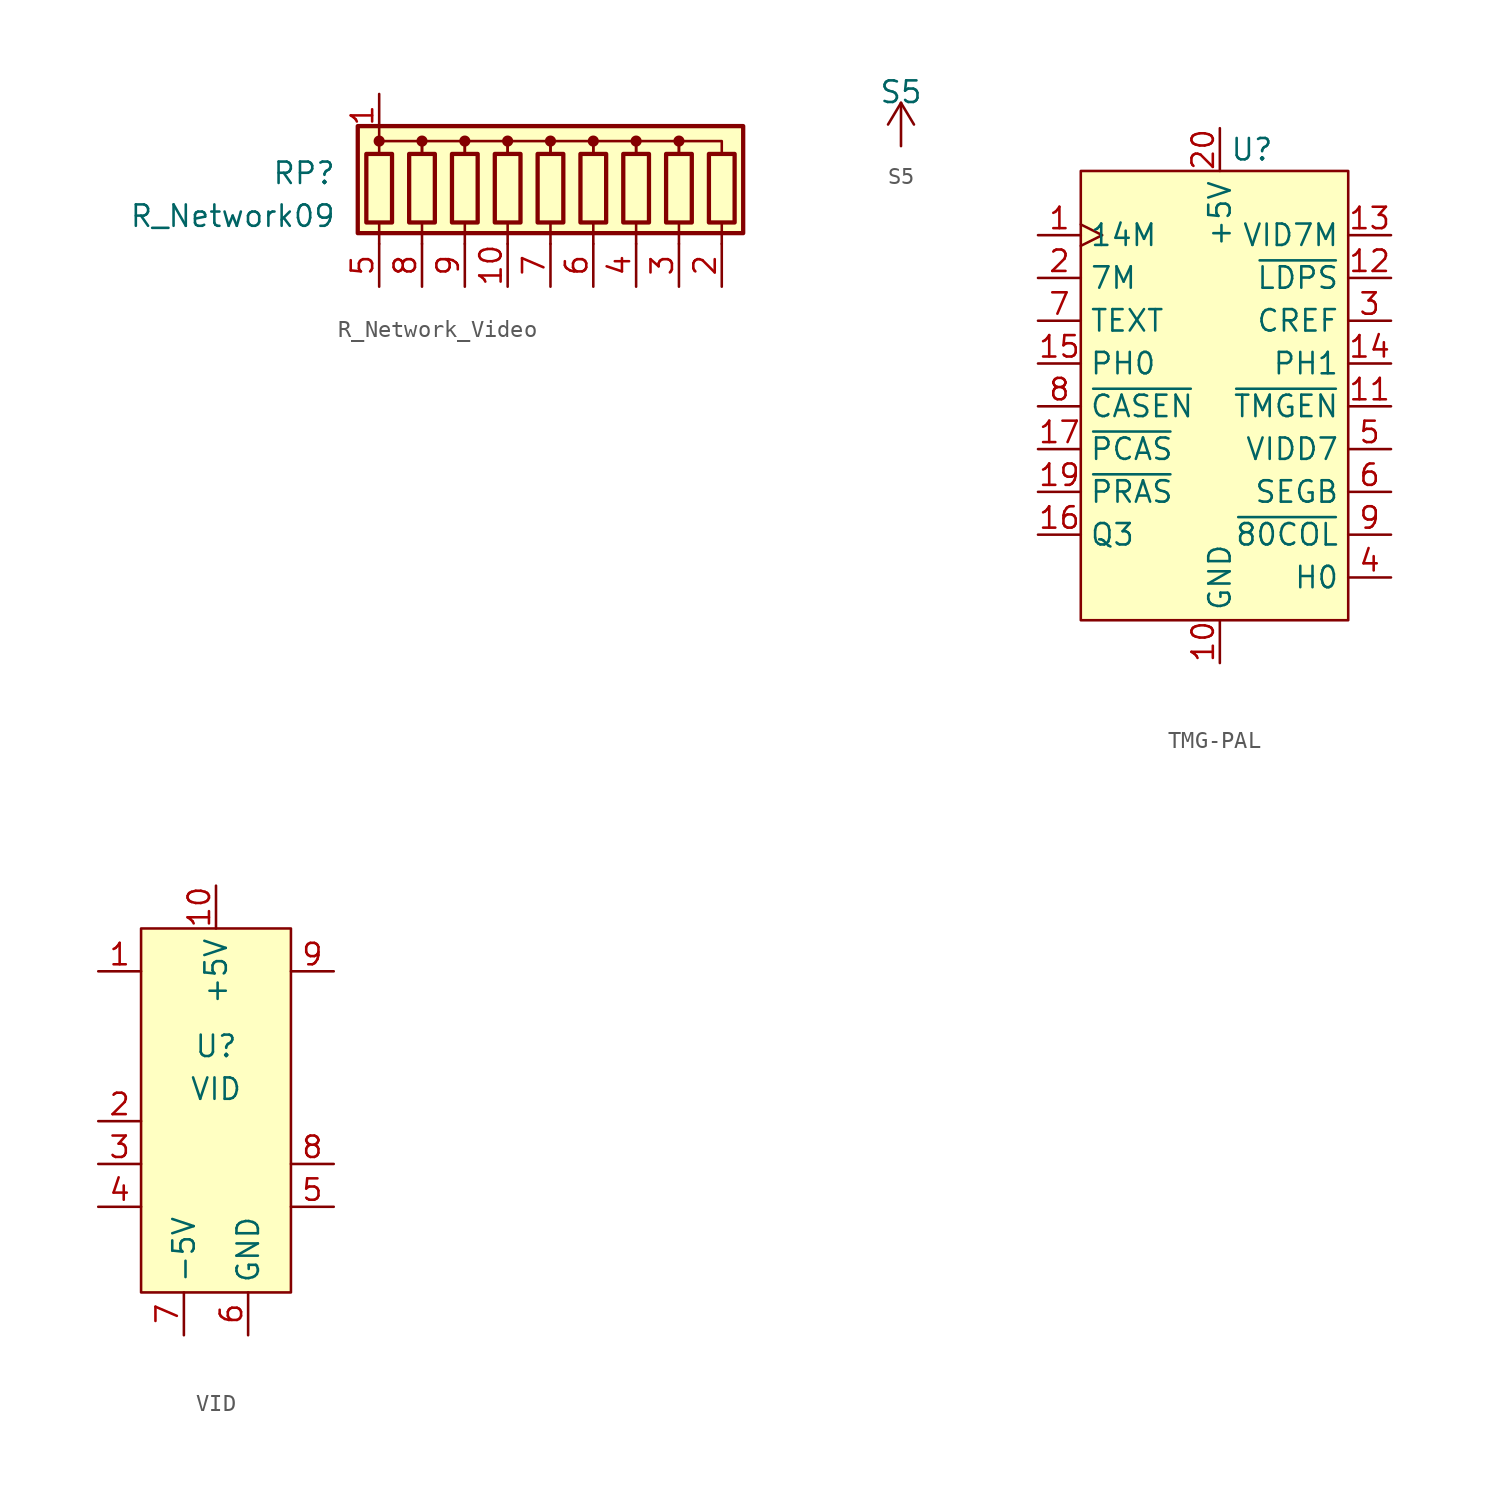
<source format=kicad_sym>
(kicad_symbol_lib
  (version 20220914)
  (generator kicad_symbol_editor)
  (symbol "R_Network_Video"
    (pin_names
      (offset 0) hide)
    (property "Reference" "RP"
      (at -12.7 0.381 0)
      (effects (font (size 1.27 1.27)) (justify right)))
    (property "Value" "R_Network09"
      (at -12.7 -2.159 0)
      (effects (font (size 1.27 1.27)) (justify right)))
    (symbol "R_Network_Video_0_1"
      (rectangle (start -11.43 -3.175) (end 11.43 3.175) (stroke (width 0.254) (type default)) (fill (type background)))
      (rectangle (start -10.922 1.524) (end -9.398 -2.54) (stroke (width 0.254) (type default)) (fill (type none)))
      (circle (center -10.16 2.286) (radius 0.254) (stroke (width 0) (type default)) (fill (type outline)))
      (rectangle (start -8.382 1.524) (end -6.858 -2.54) (stroke (width 0.254) (type default)) (fill (type none)))
      (circle (center -7.62 2.286) (radius 0.254) (stroke (width 0) (type default)) (fill (type outline)))
      (rectangle (start -5.842 1.524) (end -4.318 -2.54) (stroke (width 0.254) (type default)) (fill (type none)))
      (circle (center -5.08 2.286) (radius 0.254) (stroke (width 0) (type default)) (fill (type outline)))
      (rectangle (start -3.302 1.524) (end -1.778 -2.54) (stroke (width 0.254) (type default)) (fill (type none)))
      (circle (center -2.54 2.286) (radius 0.254) (stroke (width 0) (type default)) (fill (type outline)))
      (rectangle (start -0.762 1.524) (end 0.762 -2.54) (stroke (width 0.254) (type default)) (fill (type none)))
      (polyline (pts (xy -10.16 -2.54) (xy -10.16 -3.81)) (stroke (width 0) (type default)) (fill (type none)))
      (polyline (pts (xy -7.62 -2.54) (xy -7.62 -3.81)) (stroke (width 0) (type default)) (fill (type none)))
      (polyline (pts (xy -5.08 -2.54) (xy -5.08 -3.81)) (stroke (width 0) (type default)) (fill (type none)))
      (polyline (pts (xy -2.54 -2.54) (xy -2.54 -3.81)) (stroke (width 0) (type default)) (fill (type none)))
      (polyline (pts (xy 0 -2.54) (xy 0 -3.81)) (stroke (width 0) (type default)) (fill (type none)))
      (polyline (pts (xy 2.54 -2.54) (xy 2.54 -3.81)) (stroke (width 0) (type default)) (fill (type none)))
      (polyline (pts (xy 5.08 -2.54) (xy 5.08 -3.81)) (stroke (width 0) (type default)) (fill (type none)))
      (polyline (pts (xy 7.62 -2.54) (xy 7.62 -3.81)) (stroke (width 0) (type default)) (fill (type none)))
      (polyline (pts (xy 10.16 -2.54) (xy 10.16 -3.81)) (stroke (width 0) (type default)) (fill (type none)))
      (polyline (pts (xy -10.16 1.524) (xy -10.16 2.286) (xy -7.62 2.286) (xy -7.62 1.524)) (stroke (width 0) (type default)) (fill (type none)))
      (polyline (pts (xy -7.62 1.524) (xy -7.62 2.286) (xy -5.08 2.286) (xy -5.08 1.524)) (stroke (width 0) (type default)) (fill (type none)))
      (polyline (pts (xy -5.08 1.524) (xy -5.08 2.286) (xy -2.54 2.286) (xy -2.54 1.524)) (stroke (width 0) (type default)) (fill (type none)))
      (polyline (pts (xy -2.54 1.524) (xy -2.54 2.286) (xy 0 2.286) (xy 0 1.524)) (stroke (width 0) (type default)) (fill (type none)))
      (polyline (pts (xy 0 1.524) (xy 0 2.286) (xy 2.54 2.286) (xy 2.54 1.524)) (stroke (width 0) (type default)) (fill (type none)))
      (polyline (pts (xy 2.54 1.524) (xy 2.54 2.286) (xy 5.08 2.286) (xy 5.08 1.524)) (stroke (width 0) (type default)) (fill (type none)))
      (polyline (pts (xy 5.08 1.524) (xy 5.08 2.286) (xy 7.62 2.286) (xy 7.62 1.524)) (stroke (width 0) (type default)) (fill (type none)))
      (polyline (pts (xy 7.62 1.524) (xy 7.62 2.286) (xy 10.16 2.286) (xy 10.16 1.524)) (stroke (width 0) (type default)) (fill (type none)))
      (circle (center 0 2.286) (radius 0.254) (stroke (width 0) (type default)) (fill (type outline)))
      (rectangle (start 1.778 1.524) (end 3.302 -2.54) (stroke (width 0.254) (type default)) (fill (type none)))
      (circle (center 2.54 2.286) (radius 0.254) (stroke (width 0) (type default)) (fill (type outline)))
      (rectangle (start 4.318 1.524) (end 5.842 -2.54) (stroke (width 0.254) (type default)) (fill (type none)))
      (circle (center 5.08 2.286) (radius 0.254) (stroke (width 0) (type default)) (fill (type outline)))
      (rectangle (start 6.858 1.524) (end 8.382 -2.54) (stroke (width 0.254) (type default)) (fill (type none)))
      (circle (center 7.62 2.286) (radius 0.254) (stroke (width 0) (type default)) (fill (type outline)))
      (rectangle (start 9.398 1.524) (end 10.922 -2.54) (stroke (width 0.254) (type default)) (fill (type none))))
    (symbol "R_Network_Video_1_1"
      (pin passive line (at -10.16 5.08 270) (length 2.54) (name "common" (effects (font (size 1.27 1.27)))) (number "1" (effects (font (size 1.27 1.27)))))
      (pin passive line (at -2.54 -6.35 90) (length 2.54) (name "R4" (effects (font (size 1.27 1.27)))) (number "10" (effects (font (size 1.27 1.27)))))
      (pin passive line (at 10.16 -6.35 90) (length 2.54) (name "R9" (effects (font (size 1.27 1.27)))) (number "2" (effects (font (size 1.27 1.27)))))
      (pin passive line (at 7.62 -6.35 90) (length 2.54) (name "R8" (effects (font (size 1.27 1.27)))) (number "3" (effects (font (size 1.27 1.27)))))
      (pin passive line (at 5.08 -6.35 90) (length 2.54) (name "R7" (effects (font (size 1.27 1.27)))) (number "4" (effects (font (size 1.27 1.27)))))
      (pin passive line (at -10.16 -6.35 90) (length 2.54) (name "R1" (effects (font (size 1.27 1.27)))) (number "5" (effects (font (size 1.27 1.27)))))
      (pin passive line (at 2.54 -6.35 90) (length 2.54) (name "R6" (effects (font (size 1.27 1.27)))) (number "6" (effects (font (size 1.27 1.27)))))
      (pin passive line (at 0 -6.35 90) (length 2.54) (name "R5" (effects (font (size 1.27 1.27)))) (number "7" (effects (font (size 1.27 1.27)))))
      (pin passive line (at -7.62 -6.35 90) (length 2.54) (name "R2" (effects (font (size 1.27 1.27)))) (number "8" (effects (font (size 1.27 1.27)))))
      (pin passive line (at -5.08 -6.35 90) (length 2.54) (name "R3" (effects (font (size 1.27 1.27)))) (number "9" (effects (font (size 1.27 1.27)))))))
  (symbol "S5"
    (power)
    (pin_names
      (offset 0))
    (property "Reference" "#PWR029"
      (at 0 -3.81 0)
      (effects (font (size 1.27 1.27)) hide))
    (property "Value" "S5"
      (at 0 3.175 0)
      (effects (font (size 1.27 1.27))))
    (symbol "S5_0_1"
      (polyline (pts (xy -0.762 1.27) (xy 0 2.54)) (stroke (width 0) (type default)) (fill (type none)))
      (polyline (pts (xy 0 0) (xy 0 2.54)) (stroke (width 0) (type default)) (fill (type none)))
      (polyline (pts (xy 0 2.54) (xy 0.762 1.27)) (stroke (width 0) (type default)) (fill (type none))))
    (symbol "S5_1_1"
      (pin power_in line (at 0 0 90) (length 0) hide (name "S5" (effects (font (size 1.27 1.27)))) (number "1" (effects (font (size 1.27 1.27)))))))
  (symbol "TMG-PAL"
    (property "Reference" "U"
      (at 1.905 14.605 0)
      (effects (font (size 1.27 1.27))))
    (property "Value" ""
      (at -3.81 10.16 0)
      (effects (font (size 1.27 1.27))))
    (symbol "TMG-PAL_0_0"
      (pin input clock (at -10.795 9.525 0) (length 2.54) (name "14M" (effects (font (size 1.27 1.27)))) (number "1" (effects (font (size 1.27 1.27)))))
      (pin power_in line (at 0 -15.875 90) (length 2.54) (name "GND" (effects (font (size 1.27 1.27)))) (number "10" (effects (font (size 1.27 1.27)))))
      (pin input line (at 10.16 -0.635 180) (length 2.54) (name "~{TMGEN}" (effects (font (size 1.27 1.27)))) (number "11" (effects (font (size 1.27 1.27)))))
      (pin output line (at 10.16 6.985 180) (length 2.54) (name "~{LDPS}" (effects (font (size 1.27 1.27)))) (number "12" (effects (font (size 1.27 1.27)))))
      (pin output line (at 10.16 9.525 180) (length 2.54) (name "VID7M" (effects (font (size 1.27 1.27)))) (number "13" (effects (font (size 1.27 1.27)))))
      (pin output line (at 10.16 1.905 180) (length 2.54) (name "PH1" (effects (font (size 1.27 1.27)))) (number "14" (effects (font (size 1.27 1.27)))))
      (pin output line (at -10.795 1.905 0) (length 2.54) (name "PH0" (effects (font (size 1.27 1.27)))) (number "15" (effects (font (size 1.27 1.27)))))
      (pin bidirectional line (at -10.795 -8.255 0) (length 2.54) (name "Q3" (effects (font (size 1.27 1.27)))) (number "16" (effects (font (size 1.27 1.27)))))
      (pin output line (at -10.795 -3.175 0) (length 2.54) (name "~{PCAS}" (effects (font (size 1.27 1.27)))) (number "17" (effects (font (size 1.27 1.27)))))
      (pin no_connect line (at -7.62 -15.875 0) (length 2.54) hide (name "NC" (effects (font (size 1.27 1.27)))) (number "18" (effects (font (size 1.27 1.27)))))
      (pin output line (at -10.795 -5.715 0) (length 2.54) (name "~{PRAS}" (effects (font (size 1.27 1.27)))) (number "19" (effects (font (size 1.27 1.27)))))
      (pin input line (at -10.795 6.985 0) (length 2.54) (name "7M" (effects (font (size 1.27 1.27)))) (number "2" (effects (font (size 1.27 1.27)))))
      (pin power_in line (at 0 15.875 270) (length 2.54) (name "+5V" (effects (font (size 1.27 1.27)))) (number "20" (effects (font (size 1.27 1.27)))))
      (pin input line (at 10.16 -10.795 180) (length 2.54) (name "H0" (effects (font (size 1.27 1.27)))) (number "4" (effects (font (size 1.27 1.27)))))
      (pin input line (at 10.16 -3.175 180) (length 2.54) (name "VIDD7" (effects (font (size 1.27 1.27)))) (number "5" (effects (font (size 1.27 1.27)))))
      (pin input line (at -10.795 4.445 0) (length 2.54) (name "TEXT" (effects (font (size 1.27 1.27)))) (number "7" (effects (font (size 1.27 1.27)))))
      (pin output line (at -10.795 -0.635 0) (length 2.54) (name "~{CASEN}" (effects (font (size 1.27 1.27)))) (number "8" (effects (font (size 1.27 1.27)))))
      (pin input line (at 10.16 -8.255 180) (length 2.54) (name "~{80COL}" (effects (font (size 1.27 1.27)))) (number "9" (effects (font (size 1.27 1.27))))))
    (symbol "TMG-PAL_0_1"
      (rectangle (start -8.255 13.335) (end 7.62 -13.335) (stroke (width 0) (type default)) (fill (type background))))
    (symbol "TMG-PAL_1_0"
      (pin input line (at 10.16 4.445 180) (length 2.54) (name "CREF" (effects (font (size 1.27 1.27)))) (number "3" (effects (font (size 1.27 1.27)))))
      (pin input line (at 10.16 -5.715 180) (length 2.54) (name "SEGB" (effects (font (size 1.27 1.27)))) (number "6" (effects (font (size 1.27 1.27)))))))
  (symbol "VID"
    (property "Reference" "U"
      (at 0 3.81 0)
      (effects (font (size 1.27 1.27))))
    (property "Value" "VID"
      (at 0 1.27 0)
      (effects (font (size 1.27 1.27))))
    (symbol "VID_0_0"
      (pin passive line (at -6.985 8.255 0) (length 2.54) (name "~" (effects (font (size 1.27 1.27)))) (number "1" (effects (font (size 1.27 1.27)))))
      (pin power_in line (at 0 13.335 270) (length 2.54) (name "+5V" (effects (font (size 1.27 1.27)))) (number "10" (effects (font (size 1.27 1.27)))))
      (pin passive line (at -6.985 -0.635 0) (length 2.54) (name "~" (effects (font (size 1.27 1.27)))) (number "2" (effects (font (size 1.27 1.27)))))
      (pin passive line (at -6.985 -3.175 0) (length 2.54) (name "~" (effects (font (size 1.27 1.27)))) (number "3" (effects (font (size 1.27 1.27)))))
      (pin passive line (at -6.985 -5.715 0) (length 2.54) (name "~" (effects (font (size 1.27 1.27)))) (number "4" (effects (font (size 1.27 1.27)))))
      (pin passive line (at 6.985 -5.715 180) (length 2.54) (name "~" (effects (font (size 1.27 1.27)))) (number "5" (effects (font (size 1.27 1.27)))))
      (pin power_in line (at 1.905 -13.335 90) (length 2.54) (name "GND" (effects (font (size 1.27 1.27)))) (number "6" (effects (font (size 1.27 1.27)))))
      (pin power_in line (at -1.905 -13.335 90) (length 2.54) (name "-5V" (effects (font (size 1.27 1.27)))) (number "7" (effects (font (size 1.27 1.27)))))
      (pin passive line (at 6.985 -3.175 180) (length 2.54) (name "~" (effects (font (size 1.27 1.27)))) (number "8" (effects (font (size 1.27 1.27)))))
      (pin passive line (at 6.985 8.255 180) (length 2.54) (name "~" (effects (font (size 1.27 1.27)))) (number "9" (effects (font (size 1.27 1.27))))))
    (symbol "VID_0_1"
      (rectangle (start -4.445 10.795) (end 4.445 -10.795) (stroke (width 0) (type default)) (fill (type background))))))
</source>
